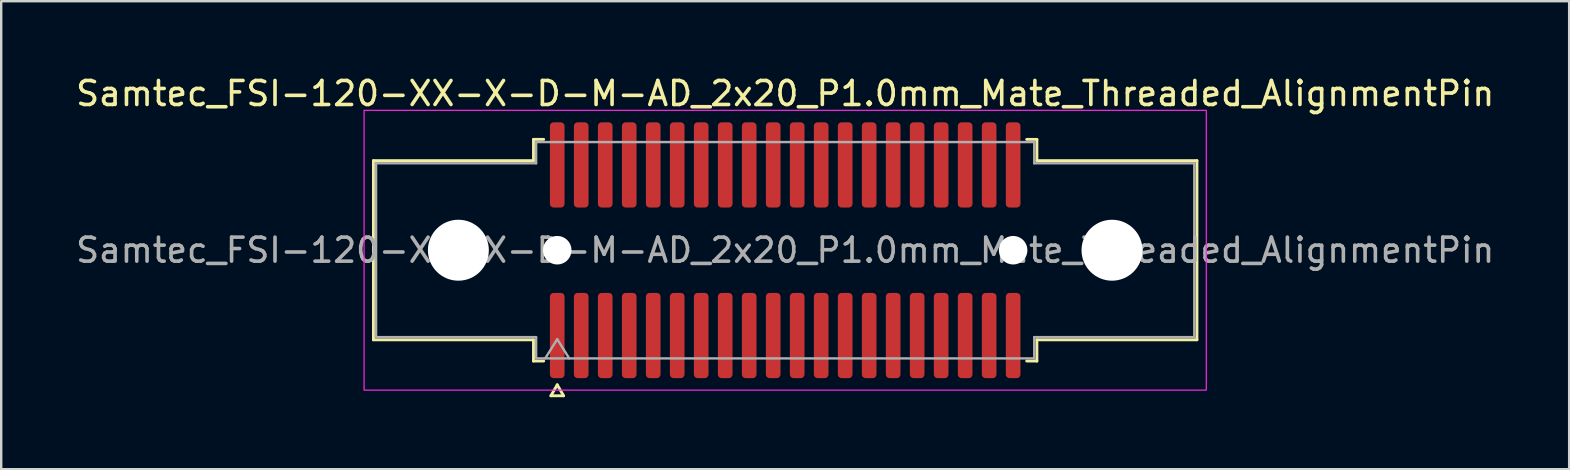
<source format=kicad_pcb>
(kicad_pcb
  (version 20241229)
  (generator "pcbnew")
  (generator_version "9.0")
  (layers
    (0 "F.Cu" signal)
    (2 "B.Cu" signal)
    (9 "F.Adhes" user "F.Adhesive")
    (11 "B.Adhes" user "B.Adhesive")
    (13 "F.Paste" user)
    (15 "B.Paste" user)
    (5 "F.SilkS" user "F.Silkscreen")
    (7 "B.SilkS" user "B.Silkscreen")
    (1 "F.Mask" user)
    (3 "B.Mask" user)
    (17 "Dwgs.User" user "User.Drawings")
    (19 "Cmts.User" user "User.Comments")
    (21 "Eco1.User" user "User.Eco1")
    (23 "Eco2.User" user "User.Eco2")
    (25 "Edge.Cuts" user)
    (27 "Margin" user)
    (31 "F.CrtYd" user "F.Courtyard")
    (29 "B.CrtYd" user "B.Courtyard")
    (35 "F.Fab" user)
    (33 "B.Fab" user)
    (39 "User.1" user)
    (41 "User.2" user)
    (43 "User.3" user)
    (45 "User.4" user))
  (footprint "Samtec_FSI-120-XX-X-D-M-AD_2x20_P1.0mm_Mate_Threaded_AlignmentPin"
    (layer "F.Cu")
    (at 29.673 7.378)
    (property "Reference" "Samtec_FSI-120-XX-X-D-M-AD_2x20_P1.0mm_Mate_Threaded_AlignmentPin" (at 0 -6.53 0) (layer "F.SilkS") (effects (font (size 1 1) (thickness 0.15))))
    (attr exclude_from_pos_files exclude_from_bom)
    (fp_line (start -17.16 -3.733) (end -10.49 -3.733) (stroke (width 0.12) (type solid)) (layer "F.SilkS"))
    (fp_line (start -17.16 3.733) (end -17.16 -3.733) (stroke (width 0.12) (type solid)) (layer "F.SilkS"))
    (fp_line (start -10.49 -4.619) (end -10.065 -4.619) (stroke (width 0.12) (type solid)) (layer "F.SilkS"))
    (fp_line (start -10.49 -3.733) (end -10.49 -4.619) (stroke (width 0.12) (type solid)) (layer "F.SilkS"))
    (fp_line (start -10.49 3.733) (end -17.16 3.733) (stroke (width 0.12) (type solid)) (layer "F.SilkS"))
    (fp_line (start -10.49 4.619) (end -10.49 3.733) (stroke (width 0.12) (type solid)) (layer "F.SilkS"))
    (fp_line (start -10.065 4.619) (end -10.49 4.619) (stroke (width 0.12) (type solid)) (layer "F.SilkS"))
    (fp_line (start -9.764 6.066) (end -9.5 5.609) (stroke (width 0.12) (type solid)) (layer "F.SilkS"))
    (fp_line (start -9.5 5.609) (end -9.236 6.066) (stroke (width 0.12) (type solid)) (layer "F.SilkS"))
    (fp_line (start -9.236 6.066) (end -9.764 6.066) (stroke (width 0.12) (type solid)) (layer "F.SilkS"))
    (fp_line (start 10.065 -4.619) (end 10.49 -4.619) (stroke (width 0.12) (type solid)) (layer "F.SilkS"))
    (fp_line (start 10.49 -4.619) (end 10.49 -3.733) (stroke (width 0.12) (type solid)) (layer "F.SilkS"))
    (fp_line (start 10.49 -3.733) (end 17.16 -3.733) (stroke (width 0.12) (type solid)) (layer "F.SilkS"))
    (fp_line (start 10.49 3.733) (end 10.49 4.619) (stroke (width 0.12) (type solid)) (layer "F.SilkS"))
    (fp_line (start 10.49 4.619) (end 10.065 4.619) (stroke (width 0.12) (type solid)) (layer "F.SilkS"))
    (fp_line (start 17.16 -3.733) (end 17.16 3.733) (stroke (width 0.12) (type solid)) (layer "F.SilkS"))
    (fp_line (start 17.16 3.733) (end 10.49 3.733) (stroke (width 0.12) (type solid)) (layer "F.SilkS"))
    (fp_rect (start -17.55 -5.83) (end 17.55 5.83) (stroke (width 0.05) (type solid)) (fill no) (layer "F.CrtYd"))
    (fp_line (start -17.05 -3.623) (end -10.38 -3.623) (stroke (width 0.1) (type solid)) (layer "F.Fab"))
    (fp_line (start -17.05 3.623) (end -17.05 -3.623) (stroke (width 0.1) (type solid)) (layer "F.Fab"))
    (fp_line (start -10.38 -4.508) (end 10.38 -4.508) (stroke (width 0.1) (type solid)) (layer "F.Fab"))
    (fp_line (start -10.38 -3.623) (end -10.38 -4.508) (stroke (width 0.1) (type solid)) (layer "F.Fab"))
    (fp_line (start -10.38 3.623) (end -17.05 3.623) (stroke (width 0.1) (type solid)) (layer "F.Fab"))
    (fp_line (start -10.38 4.508) (end -10.38 3.623) (stroke (width 0.1) (type solid)) (layer "F.Fab"))
    (fp_line (start -10 4.508) (end -9.5 3.708) (stroke (width 0.1) (type solid)) (layer "F.Fab"))
    (fp_line (start -9.5 3.708) (end -9 4.508) (stroke (width 0.1) (type solid)) (layer "F.Fab"))
    (fp_line (start 10.38 -4.508) (end 10.38 -3.623) (stroke (width 0.1) (type solid)) (layer "F.Fab"))
    (fp_line (start 10.38 -3.623) (end 17.05 -3.623) (stroke (width 0.1) (type solid)) (layer "F.Fab"))
    (fp_line (start 10.38 3.623) (end 10.38 4.508) (stroke (width 0.1) (type solid)) (layer "F.Fab"))
    (fp_line (start 10.38 4.508) (end -10.38 4.508) (stroke (width 0.1) (type solid)) (layer "F.Fab"))
    (fp_line (start 17.05 -3.623) (end 17.05 3.623) (stroke (width 0.1) (type solid)) (layer "F.Fab"))
    (fp_line (start 17.05 3.623) (end 10.38 3.623) (stroke (width 0.1) (type solid)) (layer "F.Fab"))
    (fp_text user "${REFERENCE}" (at 0 0 0) (layer "F.Fab") (effects (font (size 1 1) (thickness 0.15))))
    (pad "" np_thru_hole circle (at -13.62 0) (size 2.54 2.54) (drill 2.54) (layers "*.Cu" "*.Mask"))
    (pad "" np_thru_hole circle (at -9.5 0) (size 1.19 1.19) (drill 1.19) (layers "*.Cu" "*.Mask"))
    (pad "" np_thru_hole circle (at 9.5 0) (size 1.19 1.19) (drill 1.19) (layers "*.Cu" "*.Mask"))
    (pad "" np_thru_hole circle (at 13.62 0) (size 2.54 2.54) (drill 2.54) (layers "*.Cu" "*.Mask"))
    (pad "1" smd roundrect (at -9.5 3.555) (size 0.61 3.55) (layers "F.Cu" "F.Mask") (roundrect_rratio 0.25))
    (pad "2" smd roundrect (at -9.5 -3.555) (size 0.61 3.55) (layers "F.Cu" "F.Mask") (roundrect_rratio 0.25))
    (pad "3" smd roundrect (at -8.5 3.555) (size 0.61 3.55) (layers "F.Cu" "F.Mask") (roundrect_rratio 0.25))
    (pad "4" smd roundrect (at -8.5 -3.555) (size 0.61 3.55) (layers "F.Cu" "F.Mask") (roundrect_rratio 0.25))
    (pad "5" smd roundrect (at -7.5 3.555) (size 0.61 3.55) (layers "F.Cu" "F.Mask") (roundrect_rratio 0.25))
    (pad "6" smd roundrect (at -7.5 -3.555) (size 0.61 3.55) (layers "F.Cu" "F.Mask") (roundrect_rratio 0.25))
    (pad "7" smd roundrect (at -6.5 3.555) (size 0.61 3.55) (layers "F.Cu" "F.Mask") (roundrect_rratio 0.25))
    (pad "8" smd roundrect (at -6.5 -3.555) (size 0.61 3.55) (layers "F.Cu" "F.Mask") (roundrect_rratio 0.25))
    (pad "9" smd roundrect (at -5.5 3.555) (size 0.61 3.55) (layers "F.Cu" "F.Mask") (roundrect_rratio 0.25))
    (pad "10" smd roundrect (at -5.5 -3.555) (size 0.61 3.55) (layers "F.Cu" "F.Mask") (roundrect_rratio 0.25))
    (pad "11" smd roundrect (at -4.5 3.555) (size 0.61 3.55) (layers "F.Cu" "F.Mask") (roundrect_rratio 0.25))
    (pad "12" smd roundrect (at -4.5 -3.555) (size 0.61 3.55) (layers "F.Cu" "F.Mask") (roundrect_rratio 0.25))
    (pad "13" smd roundrect (at -3.5 3.555) (size 0.61 3.55) (layers "F.Cu" "F.Mask") (roundrect_rratio 0.25))
    (pad "14" smd roundrect (at -3.5 -3.555) (size 0.61 3.55) (layers "F.Cu" "F.Mask") (roundrect_rratio 0.25))
    (pad "15" smd roundrect (at -2.5 3.555) (size 0.61 3.55) (layers "F.Cu" "F.Mask") (roundrect_rratio 0.25))
    (pad "16" smd roundrect (at -2.5 -3.555) (size 0.61 3.55) (layers "F.Cu" "F.Mask") (roundrect_rratio 0.25))
    (pad "17" smd roundrect (at -1.5 3.555) (size 0.61 3.55) (layers "F.Cu" "F.Mask") (roundrect_rratio 0.25))
    (pad "18" smd roundrect (at -1.5 -3.555) (size 0.61 3.55) (layers "F.Cu" "F.Mask") (roundrect_rratio 0.25))
    (pad "19" smd roundrect (at -0.5 3.555) (size 0.61 3.55) (layers "F.Cu" "F.Mask") (roundrect_rratio 0.25))
    (pad "20" smd roundrect (at -0.5 -3.555) (size 0.61 3.55) (layers "F.Cu" "F.Mask") (roundrect_rratio 0.25))
    (pad "21" smd roundrect (at 0.5 3.555) (size 0.61 3.55) (layers "F.Cu" "F.Mask") (roundrect_rratio 0.25))
    (pad "22" smd roundrect (at 0.5 -3.555) (size 0.61 3.55) (layers "F.Cu" "F.Mask") (roundrect_rratio 0.25))
    (pad "23" smd roundrect (at 1.5 3.555) (size 0.61 3.55) (layers "F.Cu" "F.Mask") (roundrect_rratio 0.25))
    (pad "24" smd roundrect (at 1.5 -3.555) (size 0.61 3.55) (layers "F.Cu" "F.Mask") (roundrect_rratio 0.25))
    (pad "25" smd roundrect (at 2.5 3.555) (size 0.61 3.55) (layers "F.Cu" "F.Mask") (roundrect_rratio 0.25))
    (pad "26" smd roundrect (at 2.5 -3.555) (size 0.61 3.55) (layers "F.Cu" "F.Mask") (roundrect_rratio 0.25))
    (pad "27" smd roundrect (at 3.5 3.555) (size 0.61 3.55) (layers "F.Cu" "F.Mask") (roundrect_rratio 0.25))
    (pad "28" smd roundrect (at 3.5 -3.555) (size 0.61 3.55) (layers "F.Cu" "F.Mask") (roundrect_rratio 0.25))
    (pad "29" smd roundrect (at 4.5 3.555) (size 0.61 3.55) (layers "F.Cu" "F.Mask") (roundrect_rratio 0.25))
    (pad "30" smd roundrect (at 4.5 -3.555) (size 0.61 3.55) (layers "F.Cu" "F.Mask") (roundrect_rratio 0.25))
    (pad "31" smd roundrect (at 5.5 3.555) (size 0.61 3.55) (layers "F.Cu" "F.Mask") (roundrect_rratio 0.25))
    (pad "32" smd roundrect (at 5.5 -3.555) (size 0.61 3.55) (layers "F.Cu" "F.Mask") (roundrect_rratio 0.25))
    (pad "33" smd roundrect (at 6.5 3.555) (size 0.61 3.55) (layers "F.Cu" "F.Mask") (roundrect_rratio 0.25))
    (pad "34" smd roundrect (at 6.5 -3.555) (size 0.61 3.55) (layers "F.Cu" "F.Mask") (roundrect_rratio 0.25))
    (pad "35" smd roundrect (at 7.5 3.555) (size 0.61 3.55) (layers "F.Cu" "F.Mask") (roundrect_rratio 0.25))
    (pad "36" smd roundrect (at 7.5 -3.555) (size 0.61 3.55) (layers "F.Cu" "F.Mask") (roundrect_rratio 0.25))
    (pad "37" smd roundrect (at 8.5 3.555) (size 0.61 3.55) (layers "F.Cu" "F.Mask") (roundrect_rratio 0.25))
    (pad "38" smd roundrect (at 8.5 -3.555) (size 0.61 3.55) (layers "F.Cu" "F.Mask") (roundrect_rratio 0.25))
    (pad "39" smd roundrect (at 9.5 3.555) (size 0.61 3.55) (layers "F.Cu" "F.Mask") (roundrect_rratio 0.25))
    (pad "40" smd roundrect (at 9.5 -3.555) (size 0.61 3.55) (layers "F.Cu" "F.Mask") (roundrect_rratio 0.25)))
  (gr_rect
    (start -3 -3)
    (end 62.345 16.504)
    (stroke (width 0.1) (type default))
    (fill no)
    (layer "Edge.Cuts")))
</source>
